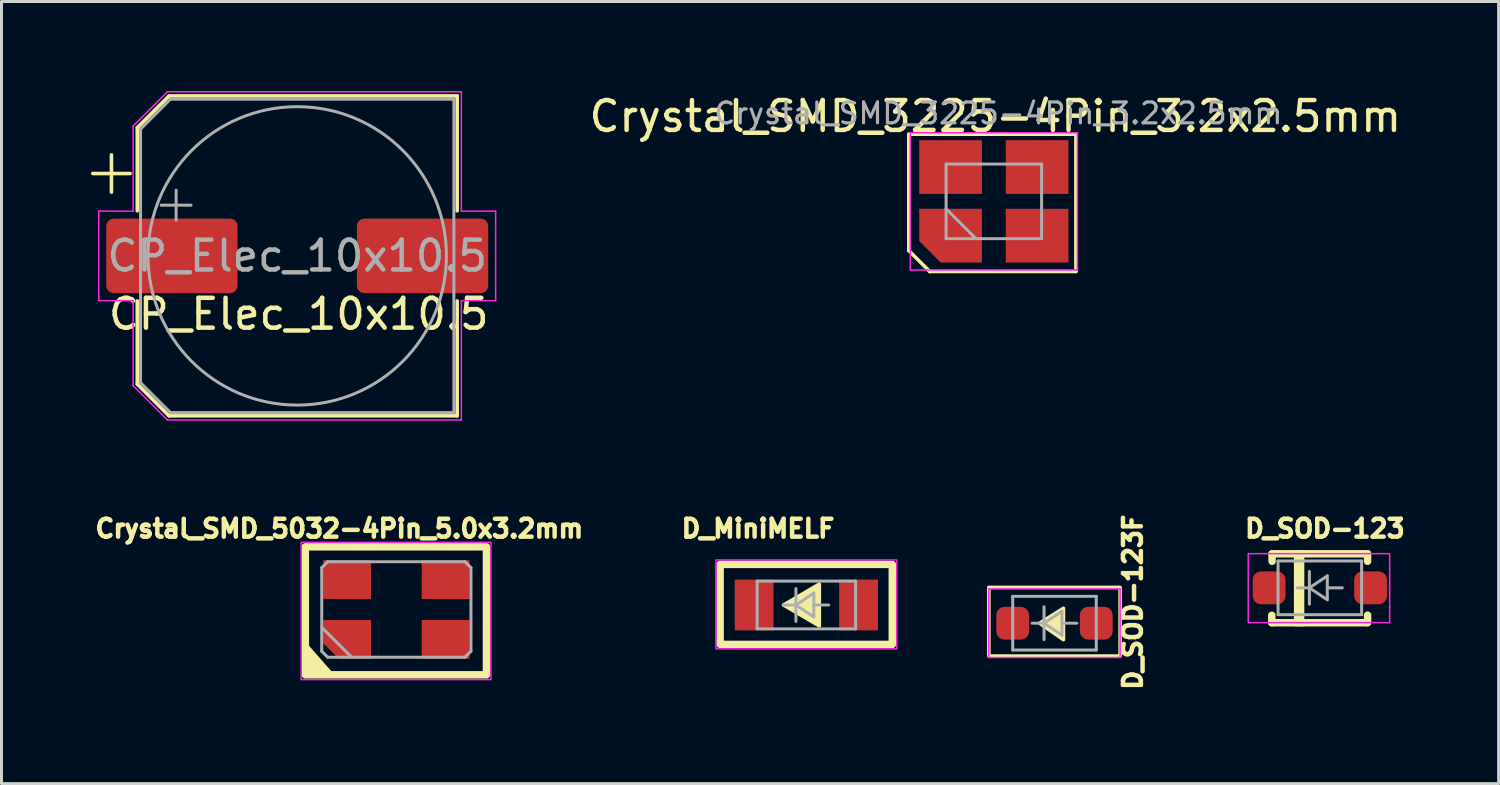
<source format=kicad_pcb>
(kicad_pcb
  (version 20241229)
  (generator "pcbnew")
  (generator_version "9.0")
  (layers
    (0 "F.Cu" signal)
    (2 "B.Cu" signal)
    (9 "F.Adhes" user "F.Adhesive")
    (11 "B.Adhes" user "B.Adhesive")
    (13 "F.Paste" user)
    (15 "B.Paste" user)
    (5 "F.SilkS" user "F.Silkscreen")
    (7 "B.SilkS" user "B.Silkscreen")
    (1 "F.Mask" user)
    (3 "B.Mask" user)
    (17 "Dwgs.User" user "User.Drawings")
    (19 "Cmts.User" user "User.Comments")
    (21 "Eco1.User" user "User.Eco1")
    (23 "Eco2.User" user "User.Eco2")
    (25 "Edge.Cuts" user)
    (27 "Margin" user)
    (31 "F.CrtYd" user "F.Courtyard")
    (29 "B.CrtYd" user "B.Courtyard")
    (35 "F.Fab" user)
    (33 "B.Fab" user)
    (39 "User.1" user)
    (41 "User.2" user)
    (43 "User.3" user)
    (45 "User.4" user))
  (footprint "D_SOD-123"
    (layer "F.Cu")
    (at 41.149 16.664)
    (property "Reference" "D_SOD-123" (at 0.2 -2 180) (layer "F.SilkS") (effects (font (size 0.6 0.6) (thickness 0.15))))
    (attr smd)
    (fp_line (start -1.58 1.155) (end -1.58 0.905) (stroke (width 0.25) (type solid)) (layer "F.SilkS"))
    (fp_line (start -1.57 -1.155) (end -1.57 -0.905) (stroke (width 0.25) (type solid)) (layer "F.SilkS"))
    (fp_line (start -1.57 -1.155) (end 1.63 -1.155) (stroke (width 0.25) (type solid)) (layer "F.SilkS"))
    (fp_line (start 1.62 1.155) (end -1.58 1.155) (stroke (width 0.25) (type solid)) (layer "F.SilkS"))
    (fp_line (start 1.63 -1.155) (end 1.63 -0.905) (stroke (width 0.25) (type solid)) (layer "F.SilkS"))
    (fp_line (start 1.63 0.9) (end 1.63 1.15) (stroke (width 0.25) (type solid)) (layer "F.SilkS"))
    (fp_rect (start -0.78 -1.215) (end -0.55 1.215) (stroke (width 0.12) (type solid)) (fill yes) (layer "F.SilkS"))
    (fp_rect (start -2.37 -1.16) (end 2.37 1.15) (stroke (width 0.05) (type solid)) (fill no) (layer "F.CrtYd"))
    (fp_line (start -1.37 -0.915) (end 1.43 -0.915) (stroke (width 0.1) (type solid)) (layer "F.Fab"))
    (fp_line (start -1.37 0.885) (end -1.37 -0.915) (stroke (width 0.1) (type solid)) (layer "F.Fab"))
    (fp_line (start -0.72 -0.015) (end -0.32 -0.015) (stroke (width 0.1) (type solid)) (layer "F.Fab"))
    (fp_line (start -0.32 -0.015) (end -0.32 -0.565) (stroke (width 0.1) (type solid)) (layer "F.Fab"))
    (fp_line (start -0.32 -0.015) (end -0.32 0.535) (stroke (width 0.1) (type solid)) (layer "F.Fab"))
    (fp_line (start -0.32 -0.015) (end 0.28 -0.415) (stroke (width 0.1) (type solid)) (layer "F.Fab"))
    (fp_line (start 0.28 -0.415) (end 0.28 0.385) (stroke (width 0.1) (type solid)) (layer "F.Fab"))
    (fp_line (start 0.28 -0.015) (end 0.78 -0.015) (stroke (width 0.1) (type solid)) (layer "F.Fab"))
    (fp_line (start 0.28 0.385) (end -0.32 -0.015) (stroke (width 0.1) (type solid)) (layer "F.Fab"))
    (fp_line (start 1.43 -0.915) (end 1.43 0.885) (stroke (width 0.1) (type solid)) (layer "F.Fab"))
    (fp_line (start 1.43 0.885) (end -1.37 0.885) (stroke (width 0.1) (type solid)) (layer "F.Fab"))
    (pad "1" smd roundrect (at 1.73 -0.015) (size 1.1 1.1) (layers "F.Cu" "F.Mask" "F.Paste") (roundrect_rratio 0.25))
    (pad "2" smd roundrect (at -1.67 -0.015) (size 1.1 1.1) (layers "F.Cu" "F.Mask" "F.Paste") (roundrect_rratio 0.25)))
  (footprint "Crystal_SMD_5032-4Pin_5.0x3.2mm"
    (layer "F.Cu")
    (at 10.232 17.374)
    (property "Reference" "Crystal_SMD_5032-4Pin_5.0x3.2mm" (at -1.91 -2.71 0) (layer "F.SilkS") (effects (font (size 0.6 0.6) (thickness 0.15))))
    (attr smd)
    (fp_rect (start -3.05 -2.1) (end 3.02 2.19) (stroke (width 0.25) (type solid)) (fill no) (layer "F.SilkS"))
    (fp_poly (pts (xy -2.16 2.18) (xy -2.998 2.189) (xy -3.003 1.22)) (stroke (width 0.12) (type solid)) (fill yes) (layer "F.SilkS"))
    (fp_rect (start -3.19 -2.25) (end 3.17 2.35) (stroke (width 0.05) (type solid)) (fill no) (layer "F.CrtYd"))
    (fp_line (start -2.5 -1.4) (end -2.3 -1.6) (stroke (width 0.1) (type solid)) (layer "F.Fab"))
    (fp_line (start -2.5 0.6) (end -1.5 1.6) (stroke (width 0.1) (type solid)) (layer "F.Fab"))
    (fp_line (start -2.5 1.4) (end -2.5 -1.4) (stroke (width 0.1) (type solid)) (layer "F.Fab"))
    (fp_line (start -2.3 -1.6) (end 2.3 -1.6) (stroke (width 0.1) (type solid)) (layer "F.Fab"))
    (fp_line (start -2.3 1.6) (end -2.5 1.4) (stroke (width 0.1) (type solid)) (layer "F.Fab"))
    (fp_line (start 2.3 -1.6) (end 2.5 -1.4) (stroke (width 0.1) (type solid)) (layer "F.Fab"))
    (fp_line (start 2.3 1.6) (end -2.3 1.6) (stroke (width 0.1) (type solid)) (layer "F.Fab"))
    (fp_line (start 2.5 -1.4) (end 2.5 1.4) (stroke (width 0.1) (type solid)) (layer "F.Fab"))
    (fp_line (start 2.5 1.4) (end 2.3 1.6) (stroke (width 0.1) (type solid)) (layer "F.Fab"))
    (pad "1" smd roundrect (at -1.65 1) (size 1.6 1.3) (layers "F.Cu" "F.Mask" "F.Paste") (roundrect_rratio 0) (chamfer_ratio 0.4) (chamfer bottom_left))
    (pad "2" smd rect (at 1.65 1) (size 1.6 1.3) (layers "F.Cu" "F.Mask" "F.Paste"))
    (pad "3" smd rect (at 1.65 -1) (size 1.6 1.3) (layers "F.Cu" "F.Mask" "F.Paste"))
    (pad "4" smd rect (at -1.65 -1) (size 1.6 1.3) (layers "F.Cu" "F.Mask" "F.Paste")))
  (footprint "Crystal_SMD_3225-4Pin_3.2x2.5mm"
    (layer "F.Cu")
    (at 30.305 3.548)
    (property "Reference" "Crystal_SMD_3225-4Pin_3.2x2.5mm" (at 0 -2.7 0) (unlocked yes) (layer "F.SilkS") (effects (font (size 1 1) (thickness 0.15))))
    (attr smd)
    (fp_line (start -2.9 -2.1) (end 2.7 -2.1) (stroke (width 0.12) (type solid)) (layer "F.SilkS"))
    (fp_line (start -2.9 1.8) (end -2.9 -2.1) (stroke (width 0.12) (type solid)) (layer "F.SilkS"))
    (fp_line (start -2.2 2.5) (end -2.9 1.8) (stroke (width 0.12) (type solid)) (layer "F.SilkS"))
    (fp_line (start 2.7 -2.1) (end 2.7 2.5) (stroke (width 0.12) (type solid)) (layer "F.SilkS"))
    (fp_line (start 2.7 2.5) (end -2.2 2.5) (stroke (width 0.12) (type solid)) (layer "F.SilkS"))
    (fp_line (start -2.85 -2.15) (end -2.85 2.45) (stroke (width 0.05) (type solid)) (layer "F.CrtYd"))
    (fp_line (start -2.85 2.45) (end 2.75 2.45) (stroke (width 0.05) (type solid)) (layer "F.CrtYd"))
    (fp_line (start 2.75 -2.15) (end -2.85 -2.15) (stroke (width 0.05) (type solid)) (layer "F.CrtYd"))
    (fp_line (start 2.75 2.45) (end 2.75 -2.15) (stroke (width 0.05) (type solid)) (layer "F.CrtYd"))
    (fp_line (start -1.65 -1.1) (end -1.65 1.4) (stroke (width 0.1) (type solid)) (layer "F.Fab"))
    (fp_line (start -1.65 0.4) (end -0.65 1.4) (stroke (width 0.1) (type solid)) (layer "F.Fab"))
    (fp_line (start -1.65 1.4) (end 1.55 1.4) (stroke (width 0.1) (type solid)) (layer "F.Fab"))
    (fp_line (start 1.55 -1.1) (end -1.65 -1.1) (stroke (width 0.1) (type solid)) (layer "F.Fab"))
    (fp_line (start 1.55 1.4) (end 1.55 -1.1) (stroke (width 0.1) (type solid)) (layer "F.Fab"))
    (fp_text user "${REFERENCE}" (at 0.1 -2.8 0) (layer "F.Fab") (effects (font (size 0.7 0.7) (thickness 0.105))))
    (pad "1" smd roundrect (at -1.5 1.3) (size 2.1 1.8) (layers "F.Cu" "F.Mask" "F.Paste") (roundrect_rratio 0) (chamfer_ratio 0.4) (chamfer bottom_left))
    (pad "2" smd rect (at 1.4 1.3) (size 2.1 1.8) (layers "F.Cu" "F.Mask" "F.Paste"))
    (pad "3" smd rect (at 1.4 -1) (size 2.1 1.8) (layers "F.Cu" "F.Mask" "F.Paste"))
    (pad "4" smd rect (at -1.5 -1) (size 2.1 1.8) (layers "F.Cu" "F.Mask" "F.Paste")))
  (footprint "D_SOD-123F"
    (layer "F.Cu")
    (at 32.287 17.834)
    (property "Reference" "D_SOD-123F" (at 2.625 -0.705 270) (layer "F.SilkS") (effects (font (size 0.6 0.6) (thickness 0.15))))
    (attr smd)
    (fp_rect (start -2.2 -1.2) (end 2.2 1.1) (stroke (width 0.12) (type solid)) (fill no) (layer "F.SilkS"))
    (fp_poly (pts (xy 0.3 0.553) (xy -0.5 0) (xy 0.3 -0.5)) (stroke (width 0.12) (type solid)) (fill yes) (layer "F.SilkS"))
    (fp_line (start -2.2 -1.15) (end -2.2 1.15) (stroke (width 0.05) (type solid)) (layer "F.CrtYd"))
    (fp_line (start -2.2 -1.15) (end 2.2 -1.15) (stroke (width 0.05) (type solid)) (layer "F.CrtYd"))
    (fp_line (start 2.2 -1.15) (end 2.2 1.15) (stroke (width 0.05) (type solid)) (layer "F.CrtYd"))
    (fp_line (start 2.2 1.15) (end -2.2 1.15) (stroke (width 0.05) (type solid)) (layer "F.CrtYd"))
    (fp_line (start -1.4 -0.9) (end 1.4 -0.9) (stroke (width 0.1) (type solid)) (layer "F.Fab"))
    (fp_line (start -1.4 0.9) (end -1.4 -0.9) (stroke (width 0.1) (type solid)) (layer "F.Fab"))
    (fp_line (start -0.75 0) (end -0.35 0) (stroke (width 0.1) (type solid)) (layer "F.Fab"))
    (fp_line (start -0.35 0) (end -0.35 -0.55) (stroke (width 0.1) (type solid)) (layer "F.Fab"))
    (fp_line (start -0.35 0) (end -0.35 0.55) (stroke (width 0.1) (type solid)) (layer "F.Fab"))
    (fp_line (start -0.35 0) (end 0.25 -0.4) (stroke (width 0.1) (type solid)) (layer "F.Fab"))
    (fp_line (start 0.25 -0.4) (end 0.25 0.4) (stroke (width 0.1) (type solid)) (layer "F.Fab"))
    (fp_line (start 0.25 0) (end 0.75 0) (stroke (width 0.1) (type solid)) (layer "F.Fab"))
    (fp_line (start 0.25 0.4) (end -0.35 0) (stroke (width 0.1) (type solid)) (layer "F.Fab"))
    (fp_line (start 1.4 -0.9) (end 1.4 0.9) (stroke (width 0.1) (type solid)) (layer "F.Fab"))
    (fp_line (start 1.4 0.9) (end -1.4 0.9) (stroke (width 0.1) (type solid)) (layer "F.Fab"))
    (pad "1" smd roundrect (at 1.4 0) (size 1.1 1.1) (layers "F.Cu" "F.Mask" "F.Paste") (roundrect_rratio 0.25))
    (pad "2" smd roundrect (at -1.4 0) (size 1.1 1.1) (layers "F.Cu" "F.Mask" "F.Paste") (roundrect_rratio 0.25)))
  (footprint "CP_Elec_10x10.5"
    (layer "F.Cu")
    (at 6.91 5.525)
    (property "Reference" "CP_Elec_10x10.5" (at 0.05 1.95 0) (layer "F.SilkS") (effects (font (size 1 1) (thickness 0.15))))
    (attr smd)
    (fp_line (start -6.85 -2.76) (end -5.6 -2.76) (stroke (width 0.12) (type solid)) (layer "F.SilkS"))
    (fp_line (start -6.225 -3.385) (end -6.225 -2.135) (stroke (width 0.12) (type solid)) (layer "F.SilkS"))
    (fp_line (start -5.36 -4.296) (end -5.36 -1.51) (stroke (width 0.12) (type solid)) (layer "F.SilkS"))
    (fp_line (start -5.36 -4.296) (end -4.296 -5.36) (stroke (width 0.12) (type solid)) (layer "F.SilkS"))
    (fp_line (start -5.36 4.296) (end -5.36 1.51) (stroke (width 0.12) (type solid)) (layer "F.SilkS"))
    (fp_line (start -5.36 4.296) (end -4.296 5.36) (stroke (width 0.12) (type solid)) (layer "F.SilkS"))
    (fp_line (start -4.296 -5.36) (end 5.36 -5.36) (stroke (width 0.12) (type solid)) (layer "F.SilkS"))
    (fp_line (start -4.296 5.36) (end 5.36 5.36) (stroke (width 0.12) (type solid)) (layer "F.SilkS"))
    (fp_line (start 5.36 -5.36) (end 5.36 -1.51) (stroke (width 0.12) (type solid)) (layer "F.SilkS"))
    (fp_line (start 5.36 5.36) (end 5.36 1.51) (stroke (width 0.12) (type solid)) (layer "F.SilkS"))
    (fp_line (start -6.65 -1.5) (end -6.65 1.5) (stroke (width 0.05) (type solid)) (layer "F.CrtYd"))
    (fp_line (start -6.65 1.5) (end -5.5 1.5) (stroke (width 0.05) (type solid)) (layer "F.CrtYd"))
    (fp_line (start -5.5 -4.35) (end -5.5 -1.5) (stroke (width 0.05) (type solid)) (layer "F.CrtYd"))
    (fp_line (start -5.5 -4.35) (end -4.35 -5.5) (stroke (width 0.05) (type solid)) (layer "F.CrtYd"))
    (fp_line (start -5.5 -1.5) (end -6.65 -1.5) (stroke (width 0.05) (type solid)) (layer "F.CrtYd"))
    (fp_line (start -5.5 1.5) (end -5.5 4.35) (stroke (width 0.05) (type solid)) (layer "F.CrtYd"))
    (fp_line (start -5.5 4.35) (end -4.35 5.5) (stroke (width 0.05) (type solid)) (layer "F.CrtYd"))
    (fp_line (start -4.35 -5.5) (end 5.5 -5.5) (stroke (width 0.05) (type solid)) (layer "F.CrtYd"))
    (fp_line (start -4.35 5.5) (end 5.5 5.5) (stroke (width 0.05) (type solid)) (layer "F.CrtYd"))
    (fp_line (start 5.5 -5.5) (end 5.5 -1.5) (stroke (width 0.05) (type solid)) (layer "F.CrtYd"))
    (fp_line (start 5.5 -1.5) (end 6.65 -1.5) (stroke (width 0.05) (type solid)) (layer "F.CrtYd"))
    (fp_line (start 5.5 1.5) (end 5.5 5.5) (stroke (width 0.05) (type solid)) (layer "F.CrtYd"))
    (fp_line (start 6.65 -1.5) (end 6.65 1.5) (stroke (width 0.05) (type solid)) (layer "F.CrtYd"))
    (fp_line (start 6.65 1.5) (end 5.5 1.5) (stroke (width 0.05) (type solid)) (layer "F.CrtYd"))
    (fp_line (start -5.25 -4.25) (end -5.25 4.25) (stroke (width 0.1) (type solid)) (layer "F.Fab"))
    (fp_line (start -5.25 -4.25) (end -4.25 -5.25) (stroke (width 0.1) (type solid)) (layer "F.Fab"))
    (fp_line (start -5.25 4.25) (end -4.25 5.25) (stroke (width 0.1) (type solid)) (layer "F.Fab"))
    (fp_line (start -4.558 -1.7) (end -3.558 -1.7) (stroke (width 0.1) (type solid)) (layer "F.Fab"))
    (fp_line (start -4.25 -5.25) (end 5.25 -5.25) (stroke (width 0.1) (type solid)) (layer "F.Fab"))
    (fp_line (start -4.25 5.25) (end 5.25 5.25) (stroke (width 0.1) (type solid)) (layer "F.Fab"))
    (fp_line (start -4.058 -2.2) (end -4.058 -1.2) (stroke (width 0.1) (type solid)) (layer "F.Fab"))
    (fp_line (start 5.25 -5.25) (end 5.25 5.25) (stroke (width 0.1) (type solid)) (layer "F.Fab"))
    (fp_circle (center 0 0) (end 5 0) (stroke (width 0.1) (type solid)) (fill no) (layer "F.Fab"))
    (fp_text user "${REFERENCE}" (at 0 0 180) (layer "F.Fab") (effects (font (size 1 1) (thickness 0.15))))
    (pad "1" smd roundrect (at -4.2 0) (size 4.4 2.5) (layers "F.Cu" "F.Mask" "F.Paste") (roundrect_rratio 0.1))
    (pad "2" smd roundrect (at 4.2 0) (size 4.4 2.5) (layers "F.Cu" "F.Mask" "F.Paste") (roundrect_rratio 0.1)))
  (footprint "D_MiniMELF"
    (layer "F.Cu")
    (at 23.972 17.224)
    (property "Reference" "D_MiniMELF" (at -1.62 -2.56 0) (layer "F.SilkS") (effects (font (size 0.6 0.6) (thickness 0.15))))
    (attr smd)
    (fp_rect (start -2.89 -1.36) (end 2.88 1.32) (stroke (width 0.25) (type solid)) (fill no) (layer "F.SilkS"))
    (fp_poly (pts (xy 0.434 0.7) (xy -0.766 0) (xy 0.434 -0.7)) (stroke (width 0.12) (type solid)) (fill yes) (layer "F.SilkS"))
    (fp_rect (start -3.03 -1.51) (end 3.03 1.47) (stroke (width 0.05) (type solid)) (fill no) (layer "F.CrtYd"))
    (fp_line (start -1.65 -0.8) (end 1.65 -0.8) (stroke (width 0.1) (type solid)) (layer "F.Fab"))
    (fp_line (start -1.65 0.8) (end -1.65 -0.8) (stroke (width 0.1) (type solid)) (layer "F.Fab"))
    (fp_line (start -0.75 0) (end -0.35 0) (stroke (width 0.1) (type solid)) (layer "F.Fab"))
    (fp_line (start -0.35 0) (end -0.35 -0.55) (stroke (width 0.1) (type solid)) (layer "F.Fab"))
    (fp_line (start -0.35 0) (end -0.35 0.55) (stroke (width 0.1) (type solid)) (layer "F.Fab"))
    (fp_line (start -0.35 0) (end 0.25 -0.4) (stroke (width 0.1) (type solid)) (layer "F.Fab"))
    (fp_line (start 0.25 -0.4) (end 0.25 0.4) (stroke (width 0.1) (type solid)) (layer "F.Fab"))
    (fp_line (start 0.25 0) (end 0.75 0) (stroke (width 0.1) (type solid)) (layer "F.Fab"))
    (fp_line (start 0.25 0.4) (end -0.35 0) (stroke (width 0.1) (type solid)) (layer "F.Fab"))
    (fp_line (start 1.65 -0.8) (end 1.65 0.8) (stroke (width 0.1) (type solid)) (layer "F.Fab"))
    (fp_line (start 1.65 0.8) (end -1.65 0.8) (stroke (width 0.1) (type solid)) (layer "F.Fab"))
    (pad "1" smd rect (at -1.75 0) (size 1.3 1.7) (layers "F.Cu" "F.Mask" "F.Paste"))
    (pad "2" smd rect (at 1.75 0) (size 1.3 1.7) (layers "F.Cu" "F.Mask" "F.Paste")))
  (gr_rect
    (start -3 -3)
    (end 47.171 23.209)
    (stroke (width 0.1) (type default))
    (fill no)
    (layer "Edge.Cuts")))
</source>
